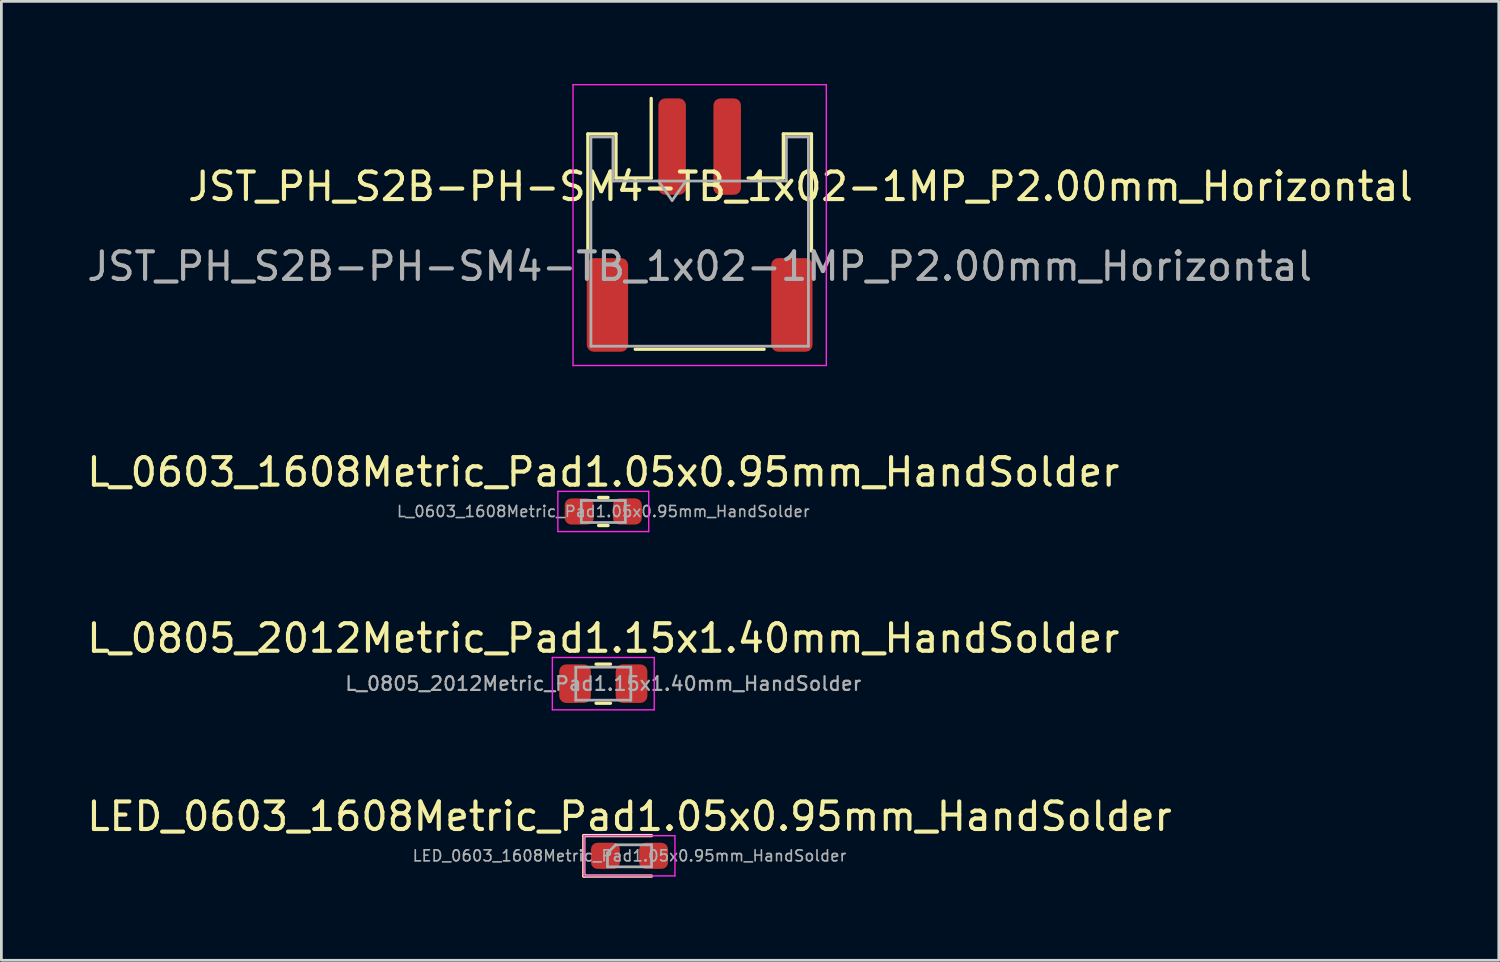
<source format=kicad_pcb>
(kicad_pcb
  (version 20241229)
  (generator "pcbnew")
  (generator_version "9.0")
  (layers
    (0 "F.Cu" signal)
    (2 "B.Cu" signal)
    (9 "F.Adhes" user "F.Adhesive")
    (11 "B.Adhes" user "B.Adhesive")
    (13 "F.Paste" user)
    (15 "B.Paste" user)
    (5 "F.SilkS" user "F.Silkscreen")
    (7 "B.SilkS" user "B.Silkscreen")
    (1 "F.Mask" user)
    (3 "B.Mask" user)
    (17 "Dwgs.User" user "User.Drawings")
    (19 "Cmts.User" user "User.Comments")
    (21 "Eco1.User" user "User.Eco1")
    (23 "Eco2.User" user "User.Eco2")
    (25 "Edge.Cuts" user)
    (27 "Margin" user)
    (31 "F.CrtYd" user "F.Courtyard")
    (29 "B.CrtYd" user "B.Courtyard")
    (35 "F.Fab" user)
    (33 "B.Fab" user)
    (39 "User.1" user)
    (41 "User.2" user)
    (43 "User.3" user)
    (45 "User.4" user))
  (footprint "L_0603_1608Metric_Pad1.05x0.95mm_HandSolder"
    (layer "F.Cu")
    (at 18.863 15.528)
    (property "Reference" "L_0603_1608Metric_Pad1.05x0.95mm_HandSolder" (at 0 -1.43 0) (layer "F.SilkS") (effects (font (size 1 1) (thickness 0.15))))
    (attr smd)
    (fp_line (start -0.171 -0.51) (end 0.171 -0.51) (stroke (width 0.12) (type solid)) (layer "F.SilkS"))
    (fp_line (start -0.171 0.51) (end 0.171 0.51) (stroke (width 0.12) (type solid)) (layer "F.SilkS"))
    (fp_line (start -1.65 -0.73) (end 1.65 -0.73) (stroke (width 0.05) (type solid)) (layer "F.CrtYd"))
    (fp_line (start -1.65 0.73) (end -1.65 -0.73) (stroke (width 0.05) (type solid)) (layer "F.CrtYd"))
    (fp_line (start 1.65 -0.73) (end 1.65 0.73) (stroke (width 0.05) (type solid)) (layer "F.CrtYd"))
    (fp_line (start 1.65 0.73) (end -1.65 0.73) (stroke (width 0.05) (type solid)) (layer "F.CrtYd"))
    (fp_line (start -0.8 -0.4) (end 0.8 -0.4) (stroke (width 0.1) (type solid)) (layer "F.Fab"))
    (fp_line (start -0.8 0.4) (end -0.8 -0.4) (stroke (width 0.1) (type solid)) (layer "F.Fab"))
    (fp_line (start 0.8 -0.4) (end 0.8 0.4) (stroke (width 0.1) (type solid)) (layer "F.Fab"))
    (fp_line (start 0.8 0.4) (end -0.8 0.4) (stroke (width 0.1) (type solid)) (layer "F.Fab"))
    (fp_text user "${REFERENCE}" (at 0 0 0) (layer "F.Fab") (effects (font (size 0.4 0.4) (thickness 0.06))))
    (pad "1" smd roundrect (at -0.875 0) (size 1.05 0.95) (layers "F.Cu" "F.Mask" "F.Paste") (roundrect_rratio 0.25))
    (pad "2" smd roundrect (at 0.875 0) (size 1.05 0.95) (layers "F.Cu" "F.Mask" "F.Paste") (roundrect_rratio 0.25)))
  (footprint "JST_PH_S2B-PH-SM4-TB_1x02-1MP_P2.00mm_Horizontal"
    (layer "F.Cu")
    (at 22.363 5.125)
    (property "Reference" "JST_PH_S2B-PH-SM4-TB_1x02-1MP_P2.00mm_Horizontal" (at 3.663 -1.4 180) (layer "F.SilkS") (effects (font (size 1 1) (thickness 0.15))))
    (attr smd)
    (fp_line (start -4.06 -3.31) (end -3.04 -3.31) (stroke (width 0.12) (type solid)) (layer "F.SilkS"))
    (fp_line (start -4.06 0.94) (end -4.06 -3.31) (stroke (width 0.12) (type solid)) (layer "F.SilkS"))
    (fp_line (start -3.04 -3.31) (end -3.04 -1.71) (stroke (width 0.12) (type solid)) (layer "F.SilkS"))
    (fp_line (start -3.04 -1.71) (end -1.76 -1.71) (stroke (width 0.12) (type solid)) (layer "F.SilkS"))
    (fp_line (start -2.34 4.51) (end 2.34 4.51) (stroke (width 0.12) (type solid)) (layer "F.SilkS"))
    (fp_line (start -1.76 -1.71) (end -1.76 -4.6) (stroke (width 0.12) (type solid)) (layer "F.SilkS"))
    (fp_line (start 3.04 -3.31) (end 3.04 -1.71) (stroke (width 0.12) (type solid)) (layer "F.SilkS"))
    (fp_line (start 3.04 -1.71) (end 1.76 -1.71) (stroke (width 0.12) (type solid)) (layer "F.SilkS"))
    (fp_line (start 4.06 -3.31) (end 3.04 -3.31) (stroke (width 0.12) (type solid)) (layer "F.SilkS"))
    (fp_line (start 4.06 0.94) (end 4.06 -3.31) (stroke (width 0.12) (type solid)) (layer "F.SilkS"))
    (fp_line (start -4.6 -5.1) (end -4.6 5.1) (stroke (width 0.05) (type solid)) (layer "F.CrtYd"))
    (fp_line (start -4.6 5.1) (end 4.6 5.1) (stroke (width 0.05) (type solid)) (layer "F.CrtYd"))
    (fp_line (start 4.6 -5.1) (end -4.6 -5.1) (stroke (width 0.05) (type solid)) (layer "F.CrtYd"))
    (fp_line (start 4.6 5.1) (end 4.6 -5.1) (stroke (width 0.05) (type solid)) (layer "F.CrtYd"))
    (fp_line (start -3.95 -3.2) (end -3.95 4.4) (stroke (width 0.1) (type solid)) (layer "F.Fab"))
    (fp_line (start -3.95 -3.2) (end -3.15 -3.2) (stroke (width 0.1) (type solid)) (layer "F.Fab"))
    (fp_line (start -3.95 4.4) (end 3.95 4.4) (stroke (width 0.1) (type solid)) (layer "F.Fab"))
    (fp_line (start -3.15 -3.2) (end -3.15 -1.6) (stroke (width 0.1) (type solid)) (layer "F.Fab"))
    (fp_line (start -3.15 -1.6) (end 3.15 -1.6) (stroke (width 0.1) (type solid)) (layer "F.Fab"))
    (fp_line (start -1.5 -1.6) (end -1 -0.893) (stroke (width 0.1) (type solid)) (layer "F.Fab"))
    (fp_line (start -1 -0.893) (end -0.5 -1.6) (stroke (width 0.1) (type solid)) (layer "F.Fab"))
    (fp_line (start 3.15 -3.2) (end 3.95 -3.2) (stroke (width 0.1) (type solid)) (layer "F.Fab"))
    (fp_line (start 3.15 -1.6) (end 3.15 -3.2) (stroke (width 0.1) (type solid)) (layer "F.Fab"))
    (fp_line (start 3.95 -3.2) (end 3.95 4.4) (stroke (width 0.1) (type solid)) (layer "F.Fab"))
    (fp_text user "${REFERENCE}" (at 0 1.5 180) (layer "F.Fab") (effects (font (size 1 1) (thickness 0.15))))
    (pad "1" smd roundrect (at -1 -2.85) (size 1 3.5) (layers "F.Cu" "F.Mask" "F.Paste") (roundrect_rratio 0.25))
    (pad "2" smd roundrect (at 1 -2.85) (size 1 3.5) (layers "F.Cu" "F.Mask" "F.Paste") (roundrect_rratio 0.25))
    (pad "MP" smd roundrect (at -3.35 2.9) (size 1.5 3.4) (layers "F.Cu" "F.Mask" "F.Paste") (roundrect_rratio 0.167))
    (pad "MP" smd roundrect (at 3.35 2.9) (size 1.5 3.4) (layers "F.Cu" "F.Mask" "F.Paste") (roundrect_rratio 0.167)))
  (footprint "L_0805_2012Metric_Pad1.15x1.40mm_HandSolder"
    (layer "F.Cu")
    (at 18.863 21.782)
    (property "Reference" "L_0805_2012Metric_Pad1.15x1.40mm_HandSolder" (at 0 -1.65 180) (layer "F.SilkS") (effects (font (size 1 1) (thickness 0.15))))
    (attr smd)
    (fp_line (start -0.261 -0.71) (end 0.261 -0.71) (stroke (width 0.12) (type solid)) (layer "F.SilkS"))
    (fp_line (start -0.261 0.71) (end 0.261 0.71) (stroke (width 0.12) (type solid)) (layer "F.SilkS"))
    (fp_line (start -1.85 -0.95) (end 1.85 -0.95) (stroke (width 0.05) (type solid)) (layer "F.CrtYd"))
    (fp_line (start -1.85 0.95) (end -1.85 -0.95) (stroke (width 0.05) (type solid)) (layer "F.CrtYd"))
    (fp_line (start 1.85 -0.95) (end 1.85 0.95) (stroke (width 0.05) (type solid)) (layer "F.CrtYd"))
    (fp_line (start 1.85 0.95) (end -1.85 0.95) (stroke (width 0.05) (type solid)) (layer "F.CrtYd"))
    (fp_line (start -1 -0.6) (end 1 -0.6) (stroke (width 0.1) (type solid)) (layer "F.Fab"))
    (fp_line (start -1 0.6) (end -1 -0.6) (stroke (width 0.1) (type solid)) (layer "F.Fab"))
    (fp_line (start 1 -0.6) (end 1 0.6) (stroke (width 0.1) (type solid)) (layer "F.Fab"))
    (fp_line (start 1 0.6) (end -1 0.6) (stroke (width 0.1) (type solid)) (layer "F.Fab"))
    (fp_text user "${REFERENCE}" (at 0 0 180) (layer "F.Fab") (effects (font (size 0.5 0.5) (thickness 0.08))))
    (pad "1" smd roundrect (at -1.025 0) (size 1.15 1.4) (layers "F.Cu" "F.Mask" "F.Paste") (roundrect_rratio 0.217))
    (pad "2" smd roundrect (at 1.025 0) (size 1.15 1.4) (layers "F.Cu" "F.Mask" "F.Paste") (roundrect_rratio 0.217)))
  (footprint "LED_0603_1608Metric_Pad1.05x0.95mm_HandSolder"
    (layer "F.Cu")
    (at 19.815 28.035)
    (property "Reference" "LED_0603_1608Metric_Pad1.05x0.95mm_HandSolder" (at 0 -1.43 0) (layer "F.SilkS") (effects (font (size 1 1) (thickness 0.15))))
    (attr smd)
    (fp_line (start -1.66 -0.735) (end -1.66 0.735) (stroke (width 0.12) (type solid)) (layer "F.SilkS"))
    (fp_line (start -1.66 0.735) (end 0.8 0.735) (stroke (width 0.12) (type solid)) (layer "F.SilkS"))
    (fp_line (start 0.8 -0.735) (end -1.66 -0.735) (stroke (width 0.12) (type solid)) (layer "F.SilkS"))
    (fp_line (start -1.65 -0.73) (end 1.65 -0.73) (stroke (width 0.05) (type solid)) (layer "F.CrtYd"))
    (fp_line (start -1.65 0.73) (end -1.65 -0.73) (stroke (width 0.05) (type solid)) (layer "F.CrtYd"))
    (fp_line (start 1.65 -0.73) (end 1.65 0.73) (stroke (width 0.05) (type solid)) (layer "F.CrtYd"))
    (fp_line (start 1.65 0.73) (end -1.65 0.73) (stroke (width 0.05) (type solid)) (layer "F.CrtYd"))
    (fp_line (start -0.8 -0.1) (end -0.8 0.4) (stroke (width 0.1) (type solid)) (layer "F.Fab"))
    (fp_line (start -0.8 0.4) (end 0.8 0.4) (stroke (width 0.1) (type solid)) (layer "F.Fab"))
    (fp_line (start -0.5 -0.4) (end -0.8 -0.1) (stroke (width 0.1) (type solid)) (layer "F.Fab"))
    (fp_line (start 0.8 -0.4) (end -0.5 -0.4) (stroke (width 0.1) (type solid)) (layer "F.Fab"))
    (fp_line (start 0.8 0.4) (end 0.8 -0.4) (stroke (width 0.1) (type solid)) (layer "F.Fab"))
    (fp_text user "${REFERENCE}" (at 0 0 0) (layer "F.Fab") (effects (font (size 0.4 0.4) (thickness 0.06))))
    (pad "1" smd roundrect (at -0.875 0) (size 1.05 0.95) (layers "F.Cu" "F.Mask" "F.Paste") (roundrect_rratio 0.25))
    (pad "2" smd roundrect (at 0.875 0) (size 1.05 0.95) (layers "F.Cu" "F.Mask" "F.Paste") (roundrect_rratio 0.25)))
  (gr_rect
    (start -3 -3)
    (end 51.389 31.83)
    (stroke (width 0.1) (type default))
    (fill no)
    (layer "Edge.Cuts")))
</source>
